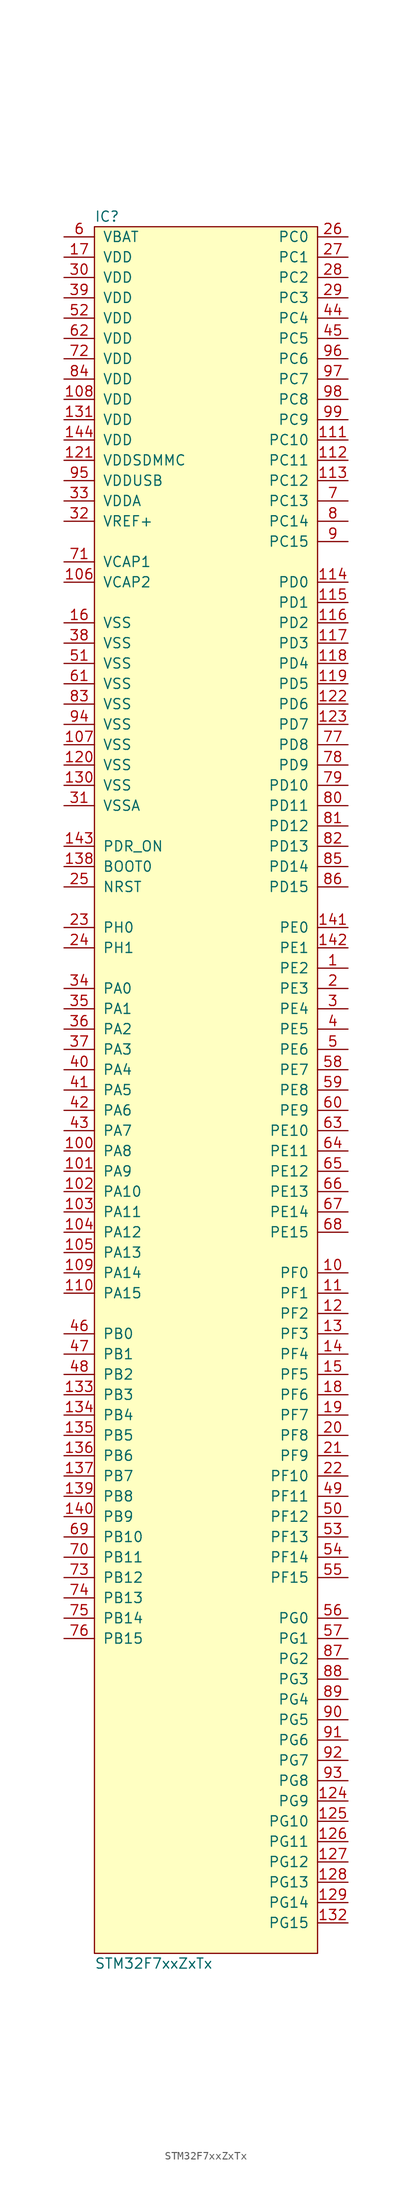
<source format=kicad_sym>
(kicad_symbol_lib
  (version 20211014)
  (generator agg_kicad.build_lib_ic)
  (symbol "STM32F7xxZxTx"
    (pin_names
      (offset 1.016))
    (property Reference IC
      (at -13.97 109.22 0)
      (effects (font (size 1.27 1.27)) (justify left)))
    (property Value "STM32F7xxZxTx"
      (at -13.97 -109.22 0)
      (effects (font (size 1.27 1.27)) (justify left)))
    (symbol "STM32F7xxZxTx_0_0"
      (rectangle (start -13.97 107.95) (end 13.97 -107.95) (stroke (width 0) (type default) (color 0 0 0 0)) (fill (type background)))
      (pin power_in line (at -17.78 106.68 0) (length 3.81) (name VBAT (effects (font (size 1.27 1.27)))) (number "6" (effects (font (size 1.27 1.27)))))
      (pin power_in line (at -17.78 104.14 0) (length 3.81) (name VDD (effects (font (size 1.27 1.27)))) (number "17" (effects (font (size 1.27 1.27)))))
      (pin power_in line (at -17.78 101.6 0) (length 3.81) (name VDD (effects (font (size 1.27 1.27)))) (number "30" (effects (font (size 1.27 1.27)))))
      (pin power_in line (at -17.78 99.06 0) (length 3.81) (name VDD (effects (font (size 1.27 1.27)))) (number "39" (effects (font (size 1.27 1.27)))))
      (pin power_in line (at -17.78 96.52 0) (length 3.81) (name VDD (effects (font (size 1.27 1.27)))) (number "52" (effects (font (size 1.27 1.27)))))
      (pin power_in line (at -17.78 93.98 0) (length 3.81) (name VDD (effects (font (size 1.27 1.27)))) (number "62" (effects (font (size 1.27 1.27)))))
      (pin power_in line (at -17.78 91.44 0) (length 3.81) (name VDD (effects (font (size 1.27 1.27)))) (number "72" (effects (font (size 1.27 1.27)))))
      (pin power_in line (at -17.78 88.9 0) (length 3.81) (name VDD (effects (font (size 1.27 1.27)))) (number "84" (effects (font (size 1.27 1.27)))))
      (pin power_in line (at -17.78 86.36 0) (length 3.81) (name VDD (effects (font (size 1.27 1.27)))) (number "108" (effects (font (size 1.27 1.27)))))
      (pin power_in line (at -17.78 83.82 0) (length 3.81) (name VDD (effects (font (size 1.27 1.27)))) (number "131" (effects (font (size 1.27 1.27)))))
      (pin power_in line (at -17.78 81.28 0) (length 3.81) (name VDD (effects (font (size 1.27 1.27)))) (number "144" (effects (font (size 1.27 1.27)))))
      (pin power_in line (at -17.78 78.74 0) (length 3.81) (name VDDSDMMC (effects (font (size 1.27 1.27)))) (number "121" (effects (font (size 1.27 1.27)))))
      (pin power_in line (at -17.78 76.2 0) (length 3.81) (name VDDUSB (effects (font (size 1.27 1.27)))) (number "95" (effects (font (size 1.27 1.27)))))
      (pin power_in line (at -17.78 73.66 0) (length 3.81) (name VDDA (effects (font (size 1.27 1.27)))) (number "33" (effects (font (size 1.27 1.27)))))
      (pin input line (at -17.78 71.12 0) (length 3.81) (name "VREF+" (effects (font (size 1.27 1.27)))) (number "32" (effects (font (size 1.27 1.27)))))
      (pin passive line (at -17.78 66.04 0) (length 3.81) (name "VCAP1" (effects (font (size 1.27 1.27)))) (number "71" (effects (font (size 1.27 1.27)))))
      (pin passive line (at -17.78 63.5 0) (length 3.81) (name "VCAP2" (effects (font (size 1.27 1.27)))) (number "106" (effects (font (size 1.27 1.27)))))
      (pin power_in line (at -17.78 58.42 0) (length 3.81) (name VSS (effects (font (size 1.27 1.27)))) (number "16" (effects (font (size 1.27 1.27)))))
      (pin power_in line (at -17.78 55.88 0) (length 3.81) (name VSS (effects (font (size 1.27 1.27)))) (number "38" (effects (font (size 1.27 1.27)))))
      (pin power_in line (at -17.78 53.34 0) (length 3.81) (name VSS (effects (font (size 1.27 1.27)))) (number "51" (effects (font (size 1.27 1.27)))))
      (pin power_in line (at -17.78 50.8 0) (length 3.81) (name VSS (effects (font (size 1.27 1.27)))) (number "61" (effects (font (size 1.27 1.27)))))
      (pin power_in line (at -17.78 48.26 0) (length 3.81) (name VSS (effects (font (size 1.27 1.27)))) (number "83" (effects (font (size 1.27 1.27)))))
      (pin power_in line (at -17.78 45.72 0) (length 3.81) (name VSS (effects (font (size 1.27 1.27)))) (number "94" (effects (font (size 1.27 1.27)))))
      (pin power_in line (at -17.78 43.18 0) (length 3.81) (name VSS (effects (font (size 1.27 1.27)))) (number "107" (effects (font (size 1.27 1.27)))))
      (pin power_in line (at -17.78 40.64 0) (length 3.81) (name VSS (effects (font (size 1.27 1.27)))) (number "120" (effects (font (size 1.27 1.27)))))
      (pin power_in line (at -17.78 38.1 0) (length 3.81) (name VSS (effects (font (size 1.27 1.27)))) (number "130" (effects (font (size 1.27 1.27)))))
      (pin power_in line (at -17.78 35.56 0) (length 3.81) (name VSSA (effects (font (size 1.27 1.27)))) (number "31" (effects (font (size 1.27 1.27)))))
      (pin input line (at -17.78 30.48 0) (length 3.81) (name PDR_ON (effects (font (size 1.27 1.27)))) (number "143" (effects (font (size 1.27 1.27)))))
      (pin input line (at -17.78 27.94 0) (length 3.81) (name "BOOT0" (effects (font (size 1.27 1.27)))) (number "138" (effects (font (size 1.27 1.27)))))
      (pin input line (at -17.78 25.4 0) (length 3.81) (name NRST (effects (font (size 1.27 1.27)))) (number "25" (effects (font (size 1.27 1.27)))))
      (pin bidirectional line (at -17.78 20.32 0) (length 3.81) (name "PH0" (effects (font (size 1.27 1.27)))) (number "23" (effects (font (size 1.27 1.27)))))
      (pin bidirectional line (at -17.78 17.78 0) (length 3.81) (name "PH1" (effects (font (size 1.27 1.27)))) (number "24" (effects (font (size 1.27 1.27)))))
      (pin bidirectional line (at -17.78 12.7 0) (length 3.81) (name "PA0" (effects (font (size 1.27 1.27)))) (number "34" (effects (font (size 1.27 1.27)))))
      (pin bidirectional line (at -17.78 10.16 0) (length 3.81) (name "PA1" (effects (font (size 1.27 1.27)))) (number "35" (effects (font (size 1.27 1.27)))))
      (pin bidirectional line (at -17.78 7.62 0) (length 3.81) (name "PA2" (effects (font (size 1.27 1.27)))) (number "36" (effects (font (size 1.27 1.27)))))
      (pin bidirectional line (at -17.78 5.08 0) (length 3.81) (name "PA3" (effects (font (size 1.27 1.27)))) (number "37" (effects (font (size 1.27 1.27)))))
      (pin bidirectional line (at -17.78 2.54 0) (length 3.81) (name "PA4" (effects (font (size 1.27 1.27)))) (number "40" (effects (font (size 1.27 1.27)))))
      (pin bidirectional line (at -17.78 0 0) (length 3.81) (name "PA5" (effects (font (size 1.27 1.27)))) (number "41" (effects (font (size 1.27 1.27)))))
      (pin bidirectional line (at -17.78 -2.54 0) (length 3.81) (name "PA6" (effects (font (size 1.27 1.27)))) (number "42" (effects (font (size 1.27 1.27)))))
      (pin bidirectional line (at -17.78 -5.08 0) (length 3.81) (name "PA7" (effects (font (size 1.27 1.27)))) (number "43" (effects (font (size 1.27 1.27)))))
      (pin bidirectional line (at -17.78 -7.62 0) (length 3.81) (name "PA8" (effects (font (size 1.27 1.27)))) (number "100" (effects (font (size 1.27 1.27)))))
      (pin bidirectional line (at -17.78 -10.16 0) (length 3.81) (name "PA9" (effects (font (size 1.27 1.27)))) (number "101" (effects (font (size 1.27 1.27)))))
      (pin bidirectional line (at -17.78 -12.7 0) (length 3.81) (name "PA10" (effects (font (size 1.27 1.27)))) (number "102" (effects (font (size 1.27 1.27)))))
      (pin bidirectional line (at -17.78 -15.24 0) (length 3.81) (name "PA11" (effects (font (size 1.27 1.27)))) (number "103" (effects (font (size 1.27 1.27)))))
      (pin bidirectional line (at -17.78 -17.78 0) (length 3.81) (name "PA12" (effects (font (size 1.27 1.27)))) (number "104" (effects (font (size 1.27 1.27)))))
      (pin bidirectional line (at -17.78 -20.32 0) (length 3.81) (name "PA13" (effects (font (size 1.27 1.27)))) (number "105" (effects (font (size 1.27 1.27)))))
      (pin bidirectional line (at -17.78 -22.86 0) (length 3.81) (name "PA14" (effects (font (size 1.27 1.27)))) (number "109" (effects (font (size 1.27 1.27)))))
      (pin bidirectional line (at -17.78 -25.4 0) (length 3.81) (name "PA15" (effects (font (size 1.27 1.27)))) (number "110" (effects (font (size 1.27 1.27)))))
      (pin bidirectional line (at -17.78 -30.48 0) (length 3.81) (name "PB0" (effects (font (size 1.27 1.27)))) (number "46" (effects (font (size 1.27 1.27)))))
      (pin bidirectional line (at -17.78 -33.02 0) (length 3.81) (name "PB1" (effects (font (size 1.27 1.27)))) (number "47" (effects (font (size 1.27 1.27)))))
      (pin bidirectional line (at -17.78 -35.56 0) (length 3.81) (name "PB2" (effects (font (size 1.27 1.27)))) (number "48" (effects (font (size 1.27 1.27)))))
      (pin bidirectional line (at -17.78 -38.1 0) (length 3.81) (name "PB3" (effects (font (size 1.27 1.27)))) (number "133" (effects (font (size 1.27 1.27)))))
      (pin bidirectional line (at -17.78 -40.64 0) (length 3.81) (name "PB4" (effects (font (size 1.27 1.27)))) (number "134" (effects (font (size 1.27 1.27)))))
      (pin bidirectional line (at -17.78 -43.18 0) (length 3.81) (name "PB5" (effects (font (size 1.27 1.27)))) (number "135" (effects (font (size 1.27 1.27)))))
      (pin bidirectional line (at -17.78 -45.72 0) (length 3.81) (name "PB6" (effects (font (size 1.27 1.27)))) (number "136" (effects (font (size 1.27 1.27)))))
      (pin bidirectional line (at -17.78 -48.26 0) (length 3.81) (name "PB7" (effects (font (size 1.27 1.27)))) (number "137" (effects (font (size 1.27 1.27)))))
      (pin bidirectional line (at -17.78 -50.8 0) (length 3.81) (name "PB8" (effects (font (size 1.27 1.27)))) (number "139" (effects (font (size 1.27 1.27)))))
      (pin bidirectional line (at -17.78 -53.34 0) (length 3.81) (name "PB9" (effects (font (size 1.27 1.27)))) (number "140" (effects (font (size 1.27 1.27)))))
      (pin bidirectional line (at -17.78 -55.88 0) (length 3.81) (name "PB10" (effects (font (size 1.27 1.27)))) (number "69" (effects (font (size 1.27 1.27)))))
      (pin bidirectional line (at -17.78 -58.42 0) (length 3.81) (name "PB11" (effects (font (size 1.27 1.27)))) (number "70" (effects (font (size 1.27 1.27)))))
      (pin bidirectional line (at -17.78 -60.96 0) (length 3.81) (name "PB12" (effects (font (size 1.27 1.27)))) (number "73" (effects (font (size 1.27 1.27)))))
      (pin bidirectional line (at -17.78 -63.5 0) (length 3.81) (name "PB13" (effects (font (size 1.27 1.27)))) (number "74" (effects (font (size 1.27 1.27)))))
      (pin bidirectional line (at -17.78 -66.04 0) (length 3.81) (name "PB14" (effects (font (size 1.27 1.27)))) (number "75" (effects (font (size 1.27 1.27)))))
      (pin bidirectional line (at -17.78 -68.58 0) (length 3.81) (name "PB15" (effects (font (size 1.27 1.27)))) (number "76" (effects (font (size 1.27 1.27)))))
      (pin bidirectional line (at 17.78 106.68 180) (length 3.81) (name "PC0" (effects (font (size 1.27 1.27)))) (number "26" (effects (font (size 1.27 1.27)))))
      (pin bidirectional line (at 17.78 104.14 180) (length 3.81) (name "PC1" (effects (font (size 1.27 1.27)))) (number "27" (effects (font (size 1.27 1.27)))))
      (pin bidirectional line (at 17.78 101.6 180) (length 3.81) (name "PC2" (effects (font (size 1.27 1.27)))) (number "28" (effects (font (size 1.27 1.27)))))
      (pin bidirectional line (at 17.78 99.06 180) (length 3.81) (name "PC3" (effects (font (size 1.27 1.27)))) (number "29" (effects (font (size 1.27 1.27)))))
      (pin bidirectional line (at 17.78 96.52 180) (length 3.81) (name "PC4" (effects (font (size 1.27 1.27)))) (number "44" (effects (font (size 1.27 1.27)))))
      (pin bidirectional line (at 17.78 93.98 180) (length 3.81) (name "PC5" (effects (font (size 1.27 1.27)))) (number "45" (effects (font (size 1.27 1.27)))))
      (pin bidirectional line (at 17.78 91.44 180) (length 3.81) (name "PC6" (effects (font (size 1.27 1.27)))) (number "96" (effects (font (size 1.27 1.27)))))
      (pin bidirectional line (at 17.78 88.9 180) (length 3.81) (name "PC7" (effects (font (size 1.27 1.27)))) (number "97" (effects (font (size 1.27 1.27)))))
      (pin bidirectional line (at 17.78 86.36 180) (length 3.81) (name "PC8" (effects (font (size 1.27 1.27)))) (number "98" (effects (font (size 1.27 1.27)))))
      (pin bidirectional line (at 17.78 83.82 180) (length 3.81) (name "PC9" (effects (font (size 1.27 1.27)))) (number "99" (effects (font (size 1.27 1.27)))))
      (pin bidirectional line (at 17.78 81.28 180) (length 3.81) (name "PC10" (effects (font (size 1.27 1.27)))) (number "111" (effects (font (size 1.27 1.27)))))
      (pin bidirectional line (at 17.78 78.74 180) (length 3.81) (name "PC11" (effects (font (size 1.27 1.27)))) (number "112" (effects (font (size 1.27 1.27)))))
      (pin bidirectional line (at 17.78 76.2 180) (length 3.81) (name "PC12" (effects (font (size 1.27 1.27)))) (number "113" (effects (font (size 1.27 1.27)))))
      (pin bidirectional line (at 17.78 73.66 180) (length 3.81) (name "PC13" (effects (font (size 1.27 1.27)))) (number "7" (effects (font (size 1.27 1.27)))))
      (pin bidirectional line (at 17.78 71.12 180) (length 3.81) (name "PC14" (effects (font (size 1.27 1.27)))) (number "8" (effects (font (size 1.27 1.27)))))
      (pin bidirectional line (at 17.78 68.58 180) (length 3.81) (name "PC15" (effects (font (size 1.27 1.27)))) (number "9" (effects (font (size 1.27 1.27)))))
      (pin bidirectional line (at 17.78 63.5 180) (length 3.81) (name "PD0" (effects (font (size 1.27 1.27)))) (number "114" (effects (font (size 1.27 1.27)))))
      (pin bidirectional line (at 17.78 60.96 180) (length 3.81) (name "PD1" (effects (font (size 1.27 1.27)))) (number "115" (effects (font (size 1.27 1.27)))))
      (pin bidirectional line (at 17.78 58.42 180) (length 3.81) (name "PD2" (effects (font (size 1.27 1.27)))) (number "116" (effects (font (size 1.27 1.27)))))
      (pin bidirectional line (at 17.78 55.88 180) (length 3.81) (name "PD3" (effects (font (size 1.27 1.27)))) (number "117" (effects (font (size 1.27 1.27)))))
      (pin bidirectional line (at 17.78 53.34 180) (length 3.81) (name "PD4" (effects (font (size 1.27 1.27)))) (number "118" (effects (font (size 1.27 1.27)))))
      (pin bidirectional line (at 17.78 50.8 180) (length 3.81) (name "PD5" (effects (font (size 1.27 1.27)))) (number "119" (effects (font (size 1.27 1.27)))))
      (pin bidirectional line (at 17.78 48.26 180) (length 3.81) (name "PD6" (effects (font (size 1.27 1.27)))) (number "122" (effects (font (size 1.27 1.27)))))
      (pin bidirectional line (at 17.78 45.72 180) (length 3.81) (name "PD7" (effects (font (size 1.27 1.27)))) (number "123" (effects (font (size 1.27 1.27)))))
      (pin bidirectional line (at 17.78 43.18 180) (length 3.81) (name "PD8" (effects (font (size 1.27 1.27)))) (number "77" (effects (font (size 1.27 1.27)))))
      (pin bidirectional line (at 17.78 40.64 180) (length 3.81) (name "PD9" (effects (font (size 1.27 1.27)))) (number "78" (effects (font (size 1.27 1.27)))))
      (pin bidirectional line (at 17.78 38.1 180) (length 3.81) (name "PD10" (effects (font (size 1.27 1.27)))) (number "79" (effects (font (size 1.27 1.27)))))
      (pin bidirectional line (at 17.78 35.56 180) (length 3.81) (name "PD11" (effects (font (size 1.27 1.27)))) (number "80" (effects (font (size 1.27 1.27)))))
      (pin bidirectional line (at 17.78 33.02 180) (length 3.81) (name "PD12" (effects (font (size 1.27 1.27)))) (number "81" (effects (font (size 1.27 1.27)))))
      (pin bidirectional line (at 17.78 30.48 180) (length 3.81) (name "PD13" (effects (font (size 1.27 1.27)))) (number "82" (effects (font (size 1.27 1.27)))))
      (pin bidirectional line (at 17.78 27.94 180) (length 3.81) (name "PD14" (effects (font (size 1.27 1.27)))) (number "85" (effects (font (size 1.27 1.27)))))
      (pin bidirectional line (at 17.78 25.4 180) (length 3.81) (name "PD15" (effects (font (size 1.27 1.27)))) (number "86" (effects (font (size 1.27 1.27)))))
      (pin bidirectional line (at 17.78 20.32 180) (length 3.81) (name "PE0" (effects (font (size 1.27 1.27)))) (number "141" (effects (font (size 1.27 1.27)))))
      (pin bidirectional line (at 17.78 17.78 180) (length 3.81) (name "PE1" (effects (font (size 1.27 1.27)))) (number "142" (effects (font (size 1.27 1.27)))))
      (pin bidirectional line (at 17.78 15.24 180) (length 3.81) (name "PE2" (effects (font (size 1.27 1.27)))) (number "1" (effects (font (size 1.27 1.27)))))
      (pin bidirectional line (at 17.78 12.7 180) (length 3.81) (name "PE3" (effects (font (size 1.27 1.27)))) (number "2" (effects (font (size 1.27 1.27)))))
      (pin bidirectional line (at 17.78 10.16 180) (length 3.81) (name "PE4" (effects (font (size 1.27 1.27)))) (number "3" (effects (font (size 1.27 1.27)))))
      (pin bidirectional line (at 17.78 7.62 180) (length 3.81) (name "PE5" (effects (font (size 1.27 1.27)))) (number "4" (effects (font (size 1.27 1.27)))))
      (pin bidirectional line (at 17.78 5.08 180) (length 3.81) (name "PE6" (effects (font (size 1.27 1.27)))) (number "5" (effects (font (size 1.27 1.27)))))
      (pin bidirectional line (at 17.78 2.54 180) (length 3.81) (name "PE7" (effects (font (size 1.27 1.27)))) (number "58" (effects (font (size 1.27 1.27)))))
      (pin bidirectional line (at 17.78 0 180) (length 3.81) (name "PE8" (effects (font (size 1.27 1.27)))) (number "59" (effects (font (size 1.27 1.27)))))
      (pin bidirectional line (at 17.78 -2.54 180) (length 3.81) (name "PE9" (effects (font (size 1.27 1.27)))) (number "60" (effects (font (size 1.27 1.27)))))
      (pin bidirectional line (at 17.78 -5.08 180) (length 3.81) (name "PE10" (effects (font (size 1.27 1.27)))) (number "63" (effects (font (size 1.27 1.27)))))
      (pin bidirectional line (at 17.78 -7.62 180) (length 3.81) (name "PE11" (effects (font (size 1.27 1.27)))) (number "64" (effects (font (size 1.27 1.27)))))
      (pin bidirectional line (at 17.78 -10.16 180) (length 3.81) (name "PE12" (effects (font (size 1.27 1.27)))) (number "65" (effects (font (size 1.27 1.27)))))
      (pin bidirectional line (at 17.78 -12.7 180) (length 3.81) (name "PE13" (effects (font (size 1.27 1.27)))) (number "66" (effects (font (size 1.27 1.27)))))
      (pin bidirectional line (at 17.78 -15.24 180) (length 3.81) (name "PE14" (effects (font (size 1.27 1.27)))) (number "67" (effects (font (size 1.27 1.27)))))
      (pin bidirectional line (at 17.78 -17.78 180) (length 3.81) (name "PE15" (effects (font (size 1.27 1.27)))) (number "68" (effects (font (size 1.27 1.27)))))
      (pin bidirectional line (at 17.78 -22.86 180) (length 3.81) (name "PF0" (effects (font (size 1.27 1.27)))) (number "10" (effects (font (size 1.27 1.27)))))
      (pin bidirectional line (at 17.78 -25.4 180) (length 3.81) (name "PF1" (effects (font (size 1.27 1.27)))) (number "11" (effects (font (size 1.27 1.27)))))
      (pin bidirectional line (at 17.78 -27.94 180) (length 3.81) (name "PF2" (effects (font (size 1.27 1.27)))) (number "12" (effects (font (size 1.27 1.27)))))
      (pin bidirectional line (at 17.78 -30.48 180) (length 3.81) (name "PF3" (effects (font (size 1.27 1.27)))) (number "13" (effects (font (size 1.27 1.27)))))
      (pin bidirectional line (at 17.78 -33.02 180) (length 3.81) (name "PF4" (effects (font (size 1.27 1.27)))) (number "14" (effects (font (size 1.27 1.27)))))
      (pin bidirectional line (at 17.78 -35.56 180) (length 3.81) (name "PF5" (effects (font (size 1.27 1.27)))) (number "15" (effects (font (size 1.27 1.27)))))
      (pin bidirectional line (at 17.78 -38.1 180) (length 3.81) (name "PF6" (effects (font (size 1.27 1.27)))) (number "18" (effects (font (size 1.27 1.27)))))
      (pin bidirectional line (at 17.78 -40.64 180) (length 3.81) (name "PF7" (effects (font (size 1.27 1.27)))) (number "19" (effects (font (size 1.27 1.27)))))
      (pin bidirectional line (at 17.78 -43.18 180) (length 3.81) (name "PF8" (effects (font (size 1.27 1.27)))) (number "20" (effects (font (size 1.27 1.27)))))
      (pin bidirectional line (at 17.78 -45.72 180) (length 3.81) (name "PF9" (effects (font (size 1.27 1.27)))) (number "21" (effects (font (size 1.27 1.27)))))
      (pin bidirectional line (at 17.78 -48.26 180) (length 3.81) (name "PF10" (effects (font (size 1.27 1.27)))) (number "22" (effects (font (size 1.27 1.27)))))
      (pin bidirectional line (at 17.78 -50.8 180) (length 3.81) (name "PF11" (effects (font (size 1.27 1.27)))) (number "49" (effects (font (size 1.27 1.27)))))
      (pin bidirectional line (at 17.78 -53.34 180) (length 3.81) (name "PF12" (effects (font (size 1.27 1.27)))) (number "50" (effects (font (size 1.27 1.27)))))
      (pin bidirectional line (at 17.78 -55.88 180) (length 3.81) (name "PF13" (effects (font (size 1.27 1.27)))) (number "53" (effects (font (size 1.27 1.27)))))
      (pin bidirectional line (at 17.78 -58.42 180) (length 3.81) (name "PF14" (effects (font (size 1.27 1.27)))) (number "54" (effects (font (size 1.27 1.27)))))
      (pin bidirectional line (at 17.78 -60.96 180) (length 3.81) (name "PF15" (effects (font (size 1.27 1.27)))) (number "55" (effects (font (size 1.27 1.27)))))
      (pin bidirectional line (at 17.78 -66.04 180) (length 3.81) (name "PG0" (effects (font (size 1.27 1.27)))) (number "56" (effects (font (size 1.27 1.27)))))
      (pin bidirectional line (at 17.78 -68.58 180) (length 3.81) (name "PG1" (effects (font (size 1.27 1.27)))) (number "57" (effects (font (size 1.27 1.27)))))
      (pin bidirectional line (at 17.78 -71.12 180) (length 3.81) (name "PG2" (effects (font (size 1.27 1.27)))) (number "87" (effects (font (size 1.27 1.27)))))
      (pin bidirectional line (at 17.78 -73.66 180) (length 3.81) (name "PG3" (effects (font (size 1.27 1.27)))) (number "88" (effects (font (size 1.27 1.27)))))
      (pin bidirectional line (at 17.78 -76.2 180) (length 3.81) (name "PG4" (effects (font (size 1.27 1.27)))) (number "89" (effects (font (size 1.27 1.27)))))
      (pin bidirectional line (at 17.78 -78.74 180) (length 3.81) (name "PG5" (effects (font (size 1.27 1.27)))) (number "90" (effects (font (size 1.27 1.27)))))
      (pin bidirectional line (at 17.78 -81.28 180) (length 3.81) (name "PG6" (effects (font (size 1.27 1.27)))) (number "91" (effects (font (size 1.27 1.27)))))
      (pin bidirectional line (at 17.78 -83.82 180) (length 3.81) (name "PG7" (effects (font (size 1.27 1.27)))) (number "92" (effects (font (size 1.27 1.27)))))
      (pin bidirectional line (at 17.78 -86.36 180) (length 3.81) (name "PG8" (effects (font (size 1.27 1.27)))) (number "93" (effects (font (size 1.27 1.27)))))
      (pin bidirectional line (at 17.78 -88.9 180) (length 3.81) (name "PG9" (effects (font (size 1.27 1.27)))) (number "124" (effects (font (size 1.27 1.27)))))
      (pin bidirectional line (at 17.78 -91.44 180) (length 3.81) (name "PG10" (effects (font (size 1.27 1.27)))) (number "125" (effects (font (size 1.27 1.27)))))
      (pin bidirectional line (at 17.78 -93.98 180) (length 3.81) (name "PG11" (effects (font (size 1.27 1.27)))) (number "126" (effects (font (size 1.27 1.27)))))
      (pin bidirectional line (at 17.78 -96.52 180) (length 3.81) (name "PG12" (effects (font (size 1.27 1.27)))) (number "127" (effects (font (size 1.27 1.27)))))
      (pin bidirectional line (at 17.78 -99.06 180) (length 3.81) (name "PG13" (effects (font (size 1.27 1.27)))) (number "128" (effects (font (size 1.27 1.27)))))
      (pin bidirectional line (at 17.78 -101.6 180) (length 3.81) (name "PG14" (effects (font (size 1.27 1.27)))) (number "129" (effects (font (size 1.27 1.27)))))
      (pin bidirectional line (at 17.78 -104.14 180) (length 3.81) (name "PG15" (effects (font (size 1.27 1.27)))) (number "132" (effects (font (size 1.27 1.27))))))))
</source>
